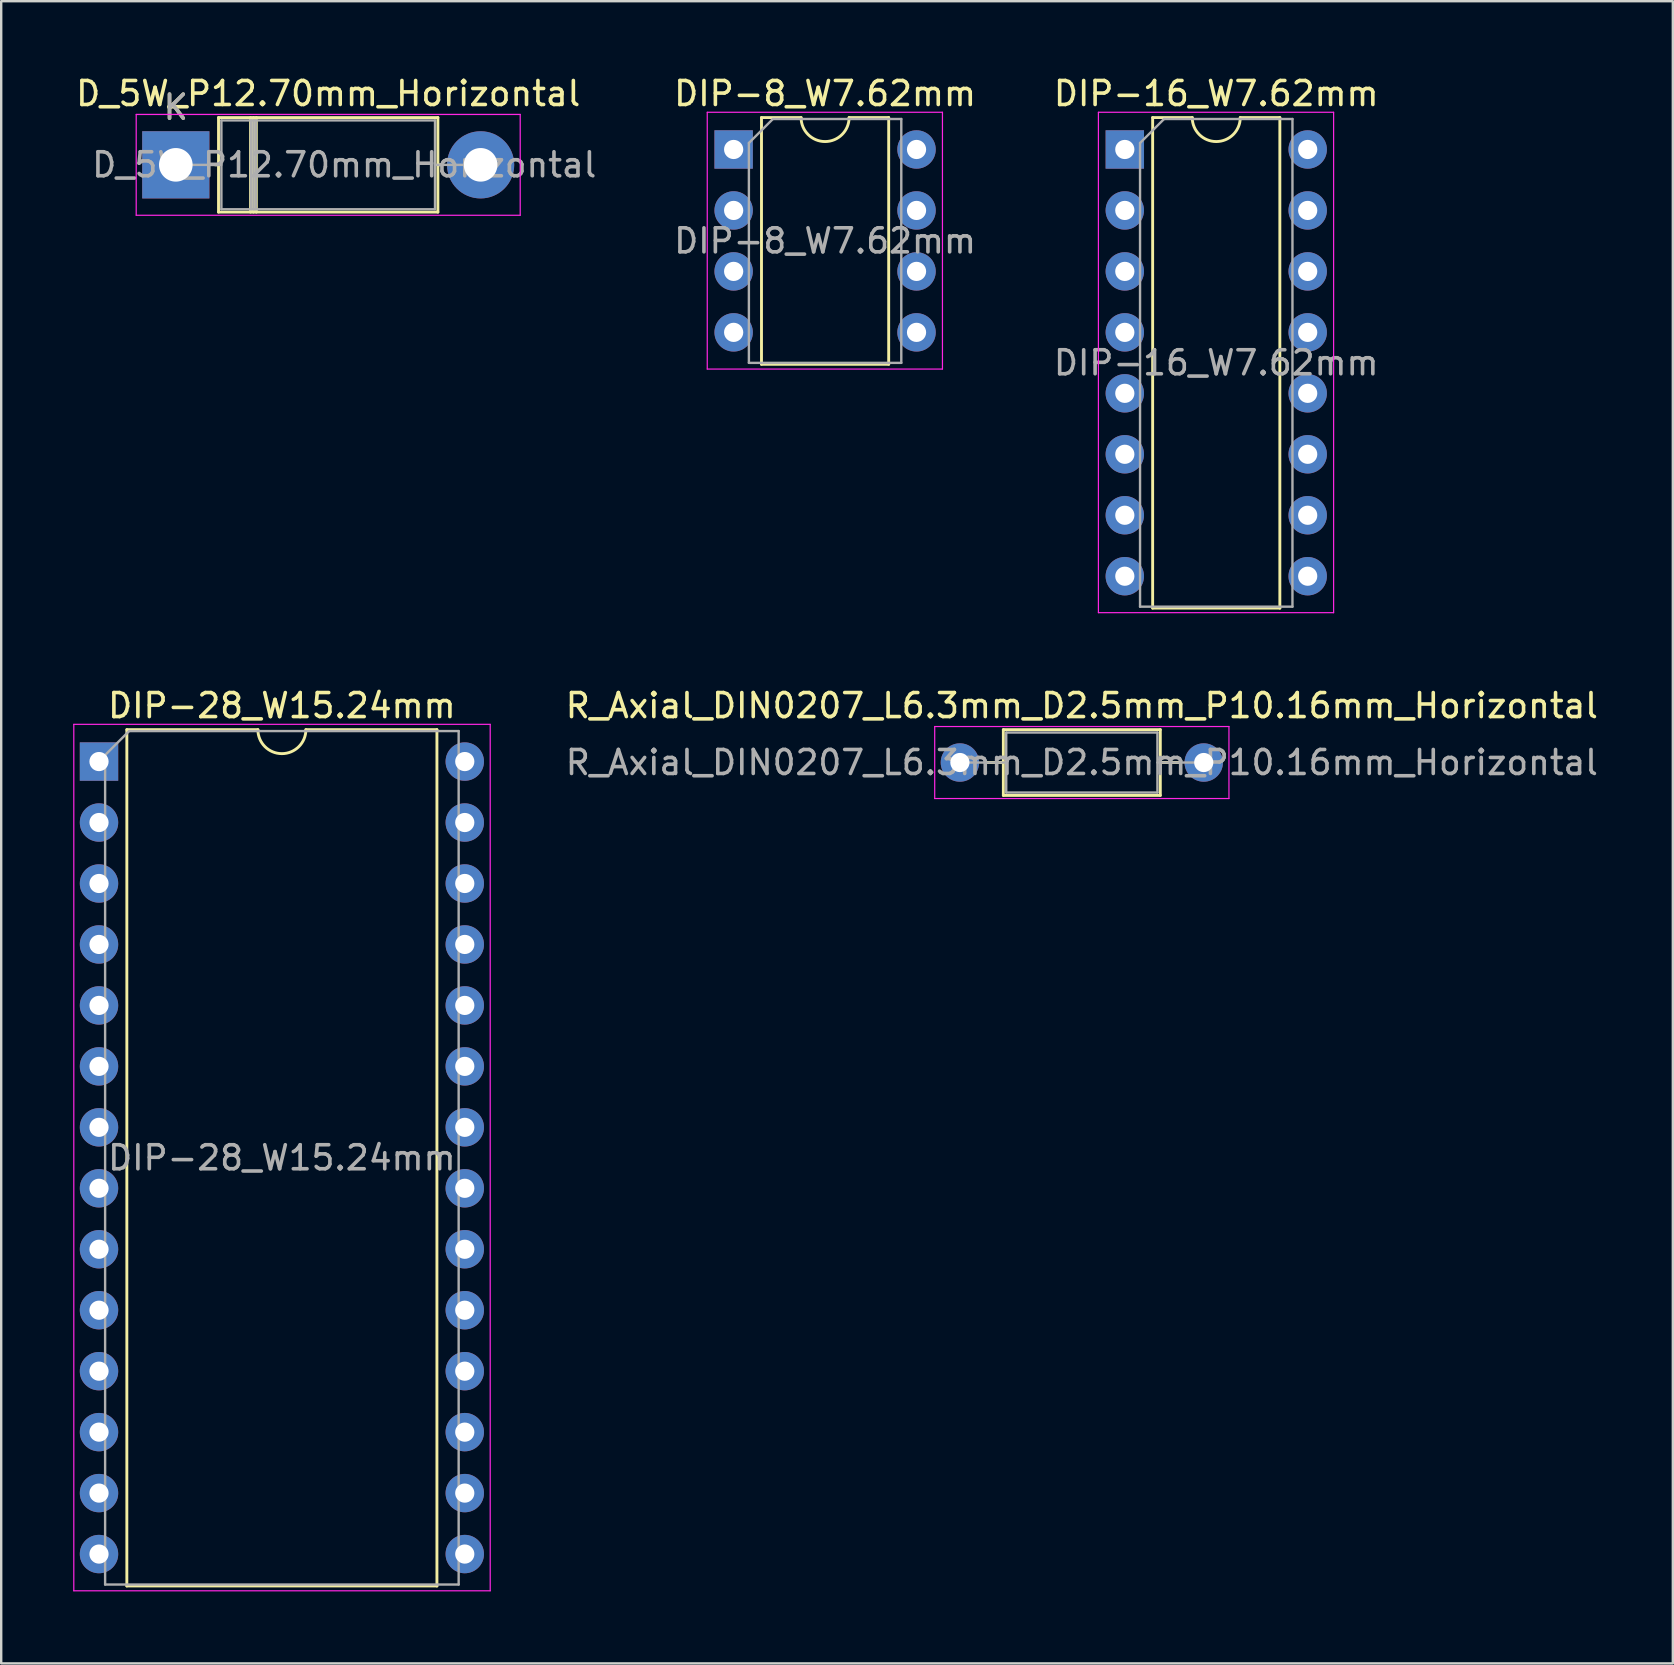
<source format=kicad_pcb>
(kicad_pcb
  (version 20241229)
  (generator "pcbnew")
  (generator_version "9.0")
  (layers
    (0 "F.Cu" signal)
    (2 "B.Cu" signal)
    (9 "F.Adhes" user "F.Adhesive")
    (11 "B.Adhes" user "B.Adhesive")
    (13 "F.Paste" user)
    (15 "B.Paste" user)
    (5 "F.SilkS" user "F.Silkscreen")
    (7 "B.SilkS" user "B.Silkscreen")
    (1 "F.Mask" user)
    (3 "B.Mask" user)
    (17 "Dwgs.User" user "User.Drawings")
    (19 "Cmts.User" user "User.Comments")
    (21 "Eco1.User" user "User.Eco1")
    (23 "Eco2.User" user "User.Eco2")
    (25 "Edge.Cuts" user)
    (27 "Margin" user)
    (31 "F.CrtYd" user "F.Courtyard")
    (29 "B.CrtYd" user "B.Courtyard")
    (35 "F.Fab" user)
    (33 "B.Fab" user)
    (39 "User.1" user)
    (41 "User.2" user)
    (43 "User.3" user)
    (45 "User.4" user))
  (footprint "R_Axial_DIN0207_L6.3mm_D2.5mm_P10.16mm_Horizontal"
    (layer "F.Cu")
    (at 36.945 28.721)
    (property "Reference" "R_Axial_DIN0207_L6.3mm_D2.5mm_P10.16mm_Horizontal" (at 5.08 -2.37 0) (layer "F.SilkS") (effects (font (size 1 1) (thickness 0.15))))
    (attr through_hole)
    (fp_line (start 1.04 0) (end 1.81 0) (stroke (width 0.12) (type solid)) (layer "F.SilkS"))
    (fp_line (start 1.81 -1.37) (end 1.81 1.37) (stroke (width 0.12) (type solid)) (layer "F.SilkS"))
    (fp_line (start 1.81 1.37) (end 8.35 1.37) (stroke (width 0.12) (type solid)) (layer "F.SilkS"))
    (fp_line (start 8.35 -1.37) (end 1.81 -1.37) (stroke (width 0.12) (type solid)) (layer "F.SilkS"))
    (fp_line (start 8.35 1.37) (end 8.35 -1.37) (stroke (width 0.12) (type solid)) (layer "F.SilkS"))
    (fp_line (start 9.12 0) (end 8.35 0) (stroke (width 0.12) (type solid)) (layer "F.SilkS"))
    (fp_line (start -1.05 -1.5) (end -1.05 1.5) (stroke (width 0.05) (type solid)) (layer "F.CrtYd"))
    (fp_line (start -1.05 1.5) (end 11.21 1.5) (stroke (width 0.05) (type solid)) (layer "F.CrtYd"))
    (fp_line (start 11.21 -1.5) (end -1.05 -1.5) (stroke (width 0.05) (type solid)) (layer "F.CrtYd"))
    (fp_line (start 11.21 1.5) (end 11.21 -1.5) (stroke (width 0.05) (type solid)) (layer "F.CrtYd"))
    (fp_line (start 0 0) (end 1.93 0) (stroke (width 0.1) (type solid)) (layer "F.Fab"))
    (fp_line (start 1.93 -1.25) (end 1.93 1.25) (stroke (width 0.1) (type solid)) (layer "F.Fab"))
    (fp_line (start 1.93 1.25) (end 8.23 1.25) (stroke (width 0.1) (type solid)) (layer "F.Fab"))
    (fp_line (start 8.23 -1.25) (end 1.93 -1.25) (stroke (width 0.1) (type solid)) (layer "F.Fab"))
    (fp_line (start 8.23 1.25) (end 8.23 -1.25) (stroke (width 0.1) (type solid)) (layer "F.Fab"))
    (fp_line (start 10.16 0) (end 8.23 0) (stroke (width 0.1) (type solid)) (layer "F.Fab"))
    (fp_text user "${REFERENCE}" (at 5.08 0 0) (layer "F.Fab") (effects (font (size 1 1) (thickness 0.15))))
    (pad "1" thru_hole circle (at 0 0) (size 1.6 1.6) (drill 0.8) (layers "*.Cu" "*.Mask"))
    (pad "2" thru_hole oval (at 10.16 0) (size 1.6 1.6) (drill 0.8) (layers "*.Cu" "*.Mask")))
  (footprint "DIP-16_W7.62mm"
    (layer "F.Cu")
    (at 43.816 3.178)
    (property "Reference" "DIP-16_W7.62mm" (at 3.81 -2.33 0) (layer "F.SilkS") (effects (font (size 1 1) (thickness 0.15))))
    (attr through_hole)
    (fp_line (start 1.16 -1.33) (end 1.16 19.11) (stroke (width 0.12) (type solid)) (layer "F.SilkS"))
    (fp_line (start 1.16 19.11) (end 6.46 19.11) (stroke (width 0.12) (type solid)) (layer "F.SilkS"))
    (fp_line (start 2.81 -1.33) (end 1.16 -1.33) (stroke (width 0.12) (type solid)) (layer "F.SilkS"))
    (fp_line (start 6.46 -1.33) (end 4.81 -1.33) (stroke (width 0.12) (type solid)) (layer "F.SilkS"))
    (fp_line (start 6.46 19.11) (end 6.46 -1.33) (stroke (width 0.12) (type solid)) (layer "F.SilkS"))
    (fp_arc (start 4.81 -1.33) (mid 3.81 -0.33) (end 2.81 -1.33) (stroke (width 0.12) (type solid)) (layer "F.SilkS"))
    (fp_line (start -1.1 -1.55) (end -1.1 19.3) (stroke (width 0.05) (type solid)) (layer "F.CrtYd"))
    (fp_line (start -1.1 19.3) (end 8.7 19.3) (stroke (width 0.05) (type solid)) (layer "F.CrtYd"))
    (fp_line (start 8.7 -1.55) (end -1.1 -1.55) (stroke (width 0.05) (type solid)) (layer "F.CrtYd"))
    (fp_line (start 8.7 19.3) (end 8.7 -1.55) (stroke (width 0.05) (type solid)) (layer "F.CrtYd"))
    (fp_line (start 0.635 -0.27) (end 1.635 -1.27) (stroke (width 0.1) (type solid)) (layer "F.Fab"))
    (fp_line (start 0.635 19.05) (end 0.635 -0.27) (stroke (width 0.1) (type solid)) (layer "F.Fab"))
    (fp_line (start 1.635 -1.27) (end 6.985 -1.27) (stroke (width 0.1) (type solid)) (layer "F.Fab"))
    (fp_line (start 6.985 -1.27) (end 6.985 19.05) (stroke (width 0.1) (type solid)) (layer "F.Fab"))
    (fp_line (start 6.985 19.05) (end 0.635 19.05) (stroke (width 0.1) (type solid)) (layer "F.Fab"))
    (fp_text user "${REFERENCE}" (at 3.81 8.89 0) (layer "F.Fab") (effects (font (size 1 1) (thickness 0.15))))
    (pad "1" thru_hole rect (at 0 0) (size 1.6 1.6) (drill 0.8) (layers "*.Cu" "*.Mask"))
    (pad "2" thru_hole oval (at 0 2.54) (size 1.6 1.6) (drill 0.8) (layers "*.Cu" "*.Mask"))
    (pad "3" thru_hole oval (at 0 5.08) (size 1.6 1.6) (drill 0.8) (layers "*.Cu" "*.Mask"))
    (pad "4" thru_hole oval (at 0 7.62) (size 1.6 1.6) (drill 0.8) (layers "*.Cu" "*.Mask"))
    (pad "5" thru_hole oval (at 0 10.16) (size 1.6 1.6) (drill 0.8) (layers "*.Cu" "*.Mask"))
    (pad "6" thru_hole oval (at 0 12.7) (size 1.6 1.6) (drill 0.8) (layers "*.Cu" "*.Mask"))
    (pad "7" thru_hole oval (at 0 15.24) (size 1.6 1.6) (drill 0.8) (layers "*.Cu" "*.Mask"))
    (pad "8" thru_hole oval (at 0 17.78) (size 1.6 1.6) (drill 0.8) (layers "*.Cu" "*.Mask"))
    (pad "9" thru_hole oval (at 7.62 17.78) (size 1.6 1.6) (drill 0.8) (layers "*.Cu" "*.Mask"))
    (pad "10" thru_hole oval (at 7.62 15.24) (size 1.6 1.6) (drill 0.8) (layers "*.Cu" "*.Mask"))
    (pad "11" thru_hole oval (at 7.62 12.7) (size 1.6 1.6) (drill 0.8) (layers "*.Cu" "*.Mask"))
    (pad "12" thru_hole oval (at 7.62 10.16) (size 1.6 1.6) (drill 0.8) (layers "*.Cu" "*.Mask"))
    (pad "13" thru_hole oval (at 7.62 7.62) (size 1.6 1.6) (drill 0.8) (layers "*.Cu" "*.Mask"))
    (pad "14" thru_hole oval (at 7.62 5.08) (size 1.6 1.6) (drill 0.8) (layers "*.Cu" "*.Mask"))
    (pad "15" thru_hole oval (at 7.62 2.54) (size 1.6 1.6) (drill 0.8) (layers "*.Cu" "*.Mask"))
    (pad "16" thru_hole oval (at 7.62 0) (size 1.6 1.6) (drill 0.8) (layers "*.Cu" "*.Mask")))
  (footprint "DIP-8_W7.62mm"
    (layer "F.Cu")
    (at 27.518 3.178)
    (property "Reference" "DIP-8_W7.62mm" (at 3.81 -2.33 0) (layer "F.SilkS") (effects (font (size 1 1) (thickness 0.15))))
    (attr through_hole)
    (fp_line (start 1.16 -1.33) (end 1.16 8.95) (stroke (width 0.12) (type solid)) (layer "F.SilkS"))
    (fp_line (start 1.16 8.95) (end 6.46 8.95) (stroke (width 0.12) (type solid)) (layer "F.SilkS"))
    (fp_line (start 2.81 -1.33) (end 1.16 -1.33) (stroke (width 0.12) (type solid)) (layer "F.SilkS"))
    (fp_line (start 6.46 -1.33) (end 4.81 -1.33) (stroke (width 0.12) (type solid)) (layer "F.SilkS"))
    (fp_line (start 6.46 8.95) (end 6.46 -1.33) (stroke (width 0.12) (type solid)) (layer "F.SilkS"))
    (fp_arc (start 4.81 -1.33) (mid 3.81 -0.33) (end 2.81 -1.33) (stroke (width 0.12) (type solid)) (layer "F.SilkS"))
    (fp_line (start -1.1 -1.55) (end -1.1 9.15) (stroke (width 0.05) (type solid)) (layer "F.CrtYd"))
    (fp_line (start -1.1 9.15) (end 8.7 9.15) (stroke (width 0.05) (type solid)) (layer "F.CrtYd"))
    (fp_line (start 8.7 -1.55) (end -1.1 -1.55) (stroke (width 0.05) (type solid)) (layer "F.CrtYd"))
    (fp_line (start 8.7 9.15) (end 8.7 -1.55) (stroke (width 0.05) (type solid)) (layer "F.CrtYd"))
    (fp_line (start 0.635 -0.27) (end 1.635 -1.27) (stroke (width 0.1) (type solid)) (layer "F.Fab"))
    (fp_line (start 0.635 8.89) (end 0.635 -0.27) (stroke (width 0.1) (type solid)) (layer "F.Fab"))
    (fp_line (start 1.635 -1.27) (end 6.985 -1.27) (stroke (width 0.1) (type solid)) (layer "F.Fab"))
    (fp_line (start 6.985 -1.27) (end 6.985 8.89) (stroke (width 0.1) (type solid)) (layer "F.Fab"))
    (fp_line (start 6.985 8.89) (end 0.635 8.89) (stroke (width 0.1) (type solid)) (layer "F.Fab"))
    (fp_text user "${REFERENCE}" (at 3.81 3.81 0) (layer "F.Fab") (effects (font (size 1 1) (thickness 0.15))))
    (pad "1" thru_hole rect (at 0 0) (size 1.6 1.6) (drill 0.8) (layers "*.Cu" "*.Mask"))
    (pad "2" thru_hole oval (at 0 2.54) (size 1.6 1.6) (drill 0.8) (layers "*.Cu" "*.Mask"))
    (pad "3" thru_hole oval (at 0 5.08) (size 1.6 1.6) (drill 0.8) (layers "*.Cu" "*.Mask"))
    (pad "4" thru_hole oval (at 0 7.62) (size 1.6 1.6) (drill 0.8) (layers "*.Cu" "*.Mask"))
    (pad "5" thru_hole oval (at 7.62 7.62) (size 1.6 1.6) (drill 0.8) (layers "*.Cu" "*.Mask"))
    (pad "6" thru_hole oval (at 7.62 5.08) (size 1.6 1.6) (drill 0.8) (layers "*.Cu" "*.Mask"))
    (pad "7" thru_hole oval (at 7.62 2.54) (size 1.6 1.6) (drill 0.8) (layers "*.Cu" "*.Mask"))
    (pad "8" thru_hole oval (at 7.62 0) (size 1.6 1.6) (drill 0.8) (layers "*.Cu" "*.Mask")))
  (footprint "D_5W_P12.70mm_Horizontal"
    (layer "F.Cu")
    (at 4.275 3.818)
    (property "Reference" "D_5W_P12.70mm_Horizontal" (at 6.35 -2.97 0) (layer "F.SilkS") (effects (font (size 1 1) (thickness 0.15))))
    (attr through_hole)
    (fp_line (start 1.64 0) (end 1.78 0) (stroke (width 0.12) (type solid)) (layer "F.SilkS"))
    (fp_line (start 1.78 -1.97) (end 1.78 1.97) (stroke (width 0.12) (type solid)) (layer "F.SilkS"))
    (fp_line (start 1.78 1.97) (end 10.92 1.97) (stroke (width 0.12) (type solid)) (layer "F.SilkS"))
    (fp_line (start 3.115 -1.97) (end 3.115 1.97) (stroke (width 0.12) (type solid)) (layer "F.SilkS"))
    (fp_line (start 3.235 -1.97) (end 3.235 1.97) (stroke (width 0.12) (type solid)) (layer "F.SilkS"))
    (fp_line (start 3.355 -1.97) (end 3.355 1.97) (stroke (width 0.12) (type solid)) (layer "F.SilkS"))
    (fp_line (start 10.92 -1.97) (end 1.78 -1.97) (stroke (width 0.12) (type solid)) (layer "F.SilkS"))
    (fp_line (start 10.92 1.97) (end 10.92 -1.97) (stroke (width 0.12) (type solid)) (layer "F.SilkS"))
    (fp_line (start 11.06 0) (end 10.92 0) (stroke (width 0.12) (type solid)) (layer "F.SilkS"))
    (fp_line (start -1.65 -2.1) (end -1.65 2.1) (stroke (width 0.05) (type solid)) (layer "F.CrtYd"))
    (fp_line (start -1.65 2.1) (end 14.35 2.1) (stroke (width 0.05) (type solid)) (layer "F.CrtYd"))
    (fp_line (start 14.35 -2.1) (end -1.65 -2.1) (stroke (width 0.05) (type solid)) (layer "F.CrtYd"))
    (fp_line (start 14.35 2.1) (end 14.35 -2.1) (stroke (width 0.05) (type solid)) (layer "F.CrtYd"))
    (fp_line (start 0 0) (end 1.9 0) (stroke (width 0.1) (type solid)) (layer "F.Fab"))
    (fp_line (start 1.9 -1.85) (end 1.9 1.85) (stroke (width 0.1) (type solid)) (layer "F.Fab"))
    (fp_line (start 1.9 1.85) (end 10.8 1.85) (stroke (width 0.1) (type solid)) (layer "F.Fab"))
    (fp_line (start 3.135 -1.85) (end 3.135 1.85) (stroke (width 0.1) (type solid)) (layer "F.Fab"))
    (fp_line (start 3.235 -1.85) (end 3.235 1.85) (stroke (width 0.1) (type solid)) (layer "F.Fab"))
    (fp_line (start 3.335 -1.85) (end 3.335 1.85) (stroke (width 0.1) (type solid)) (layer "F.Fab"))
    (fp_line (start 10.8 -1.85) (end 1.9 -1.85) (stroke (width 0.1) (type solid)) (layer "F.Fab"))
    (fp_line (start 10.8 1.85) (end 10.8 -1.85) (stroke (width 0.1) (type solid)) (layer "F.Fab"))
    (fp_line (start 12.7 0) (end 10.8 0) (stroke (width 0.1) (type solid)) (layer "F.Fab"))
    (fp_text user "K" (at 0 -2.4 0) (layer "F.SilkS") (effects (font (size 1 1) (thickness 0.15))))
    (fp_text user "K" (at 0 -2.4 0) (layer "F.Fab") (effects (font (size 1 1) (thickness 0.15))))
    (fp_text user "${REFERENCE}" (at 7.018 0 0) (layer "F.Fab") (effects (font (size 1 1) (thickness 0.15))))
    (pad "1" thru_hole rect (at 0 0) (size 2.8 2.8) (drill 1.4) (layers "*.Cu" "*.Mask"))
    (pad "2" thru_hole oval (at 12.7 0) (size 2.8 2.8) (drill 1.4) (layers "*.Cu" "*.Mask")))
  (footprint "DIP-28_W15.24mm"
    (layer "F.Cu")
    (at 1.075 28.681)
    (property "Reference" "DIP-28_W15.24mm" (at 7.62 -2.33 0) (layer "F.SilkS") (effects (font (size 1 1) (thickness 0.15))))
    (attr through_hole)
    (fp_line (start 1.16 -1.33) (end 1.16 34.35) (stroke (width 0.12) (type solid)) (layer "F.SilkS"))
    (fp_line (start 1.16 34.35) (end 14.08 34.35) (stroke (width 0.12) (type solid)) (layer "F.SilkS"))
    (fp_line (start 6.62 -1.33) (end 1.16 -1.33) (stroke (width 0.12) (type solid)) (layer "F.SilkS"))
    (fp_line (start 14.08 -1.33) (end 8.62 -1.33) (stroke (width 0.12) (type solid)) (layer "F.SilkS"))
    (fp_line (start 14.08 34.35) (end 14.08 -1.33) (stroke (width 0.12) (type solid)) (layer "F.SilkS"))
    (fp_arc (start 8.62 -1.33) (mid 7.62 -0.33) (end 6.62 -1.33) (stroke (width 0.12) (type solid)) (layer "F.SilkS"))
    (fp_line (start -1.05 -1.55) (end -1.05 34.55) (stroke (width 0.05) (type solid)) (layer "F.CrtYd"))
    (fp_line (start -1.05 34.55) (end 16.3 34.55) (stroke (width 0.05) (type solid)) (layer "F.CrtYd"))
    (fp_line (start 16.3 -1.55) (end -1.05 -1.55) (stroke (width 0.05) (type solid)) (layer "F.CrtYd"))
    (fp_line (start 16.3 34.55) (end 16.3 -1.55) (stroke (width 0.05) (type solid)) (layer "F.CrtYd"))
    (fp_line (start 0.255 -0.27) (end 1.255 -1.27) (stroke (width 0.1) (type solid)) (layer "F.Fab"))
    (fp_line (start 0.255 34.29) (end 0.255 -0.27) (stroke (width 0.1) (type solid)) (layer "F.Fab"))
    (fp_line (start 1.255 -1.27) (end 14.985 -1.27) (stroke (width 0.1) (type solid)) (layer "F.Fab"))
    (fp_line (start 14.985 -1.27) (end 14.985 34.29) (stroke (width 0.1) (type solid)) (layer "F.Fab"))
    (fp_line (start 14.985 34.29) (end 0.255 34.29) (stroke (width 0.1) (type solid)) (layer "F.Fab"))
    (fp_text user "${REFERENCE}" (at 7.62 16.51 0) (layer "F.Fab") (effects (font (size 1 1) (thickness 0.15))))
    (pad "1" thru_hole rect (at 0 0) (size 1.6 1.6) (drill 0.8) (layers "*.Cu" "*.Mask"))
    (pad "2" thru_hole oval (at 0 2.54) (size 1.6 1.6) (drill 0.8) (layers "*.Cu" "*.Mask"))
    (pad "3" thru_hole oval (at 0 5.08) (size 1.6 1.6) (drill 0.8) (layers "*.Cu" "*.Mask"))
    (pad "4" thru_hole oval (at 0 7.62) (size 1.6 1.6) (drill 0.8) (layers "*.Cu" "*.Mask"))
    (pad "5" thru_hole oval (at 0 10.16) (size 1.6 1.6) (drill 0.8) (layers "*.Cu" "*.Mask"))
    (pad "6" thru_hole oval (at 0 12.7) (size 1.6 1.6) (drill 0.8) (layers "*.Cu" "*.Mask"))
    (pad "7" thru_hole oval (at 0 15.24) (size 1.6 1.6) (drill 0.8) (layers "*.Cu" "*.Mask"))
    (pad "8" thru_hole oval (at 0 17.78) (size 1.6 1.6) (drill 0.8) (layers "*.Cu" "*.Mask"))
    (pad "9" thru_hole oval (at 0 20.32) (size 1.6 1.6) (drill 0.8) (layers "*.Cu" "*.Mask"))
    (pad "10" thru_hole oval (at 0 22.86) (size 1.6 1.6) (drill 0.8) (layers "*.Cu" "*.Mask"))
    (pad "11" thru_hole oval (at 0 25.4) (size 1.6 1.6) (drill 0.8) (layers "*.Cu" "*.Mask"))
    (pad "12" thru_hole oval (at 0 27.94) (size 1.6 1.6) (drill 0.8) (layers "*.Cu" "*.Mask"))
    (pad "13" thru_hole oval (at 0 30.48) (size 1.6 1.6) (drill 0.8) (layers "*.Cu" "*.Mask"))
    (pad "14" thru_hole oval (at 0 33.02) (size 1.6 1.6) (drill 0.8) (layers "*.Cu" "*.Mask"))
    (pad "15" thru_hole oval (at 15.24 33.02) (size 1.6 1.6) (drill 0.8) (layers "*.Cu" "*.Mask"))
    (pad "16" thru_hole oval (at 15.24 30.48) (size 1.6 1.6) (drill 0.8) (layers "*.Cu" "*.Mask"))
    (pad "17" thru_hole oval (at 15.24 27.94) (size 1.6 1.6) (drill 0.8) (layers "*.Cu" "*.Mask"))
    (pad "18" thru_hole oval (at 15.24 25.4) (size 1.6 1.6) (drill 0.8) (layers "*.Cu" "*.Mask"))
    (pad "19" thru_hole oval (at 15.24 22.86) (size 1.6 1.6) (drill 0.8) (layers "*.Cu" "*.Mask"))
    (pad "20" thru_hole oval (at 15.24 20.32) (size 1.6 1.6) (drill 0.8) (layers "*.Cu" "*.Mask"))
    (pad "21" thru_hole oval (at 15.24 17.78) (size 1.6 1.6) (drill 0.8) (layers "*.Cu" "*.Mask"))
    (pad "22" thru_hole oval (at 15.24 15.24) (size 1.6 1.6) (drill 0.8) (layers "*.Cu" "*.Mask"))
    (pad "23" thru_hole oval (at 15.24 12.7) (size 1.6 1.6) (drill 0.8) (layers "*.Cu" "*.Mask"))
    (pad "24" thru_hole oval (at 15.24 10.16) (size 1.6 1.6) (drill 0.8) (layers "*.Cu" "*.Mask"))
    (pad "25" thru_hole oval (at 15.24 7.62) (size 1.6 1.6) (drill 0.8) (layers "*.Cu" "*.Mask"))
    (pad "26" thru_hole oval (at 15.24 5.08) (size 1.6 1.6) (drill 0.8) (layers "*.Cu" "*.Mask"))
    (pad "27" thru_hole oval (at 15.24 2.54) (size 1.6 1.6) (drill 0.8) (layers "*.Cu" "*.Mask"))
    (pad "28" thru_hole oval (at 15.24 0) (size 1.6 1.6) (drill 0.8) (layers "*.Cu" "*.Mask")))
  (gr_rect
    (start -3 -3)
    (end 66.65 66.257)
    (stroke (width 0.1) (type default))
    (fill no)
    (layer "Edge.Cuts")))
</source>
